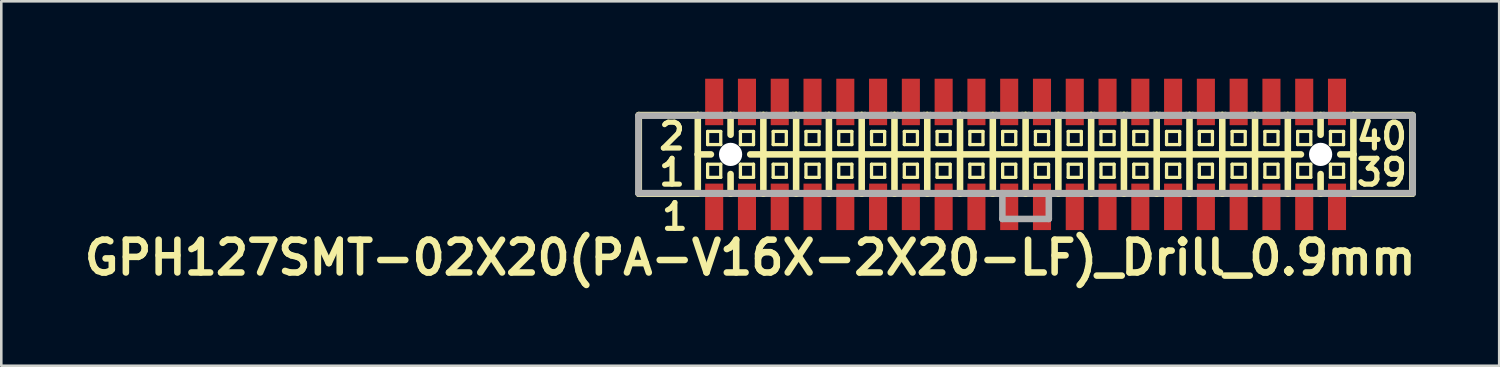
<source format=kicad_pcb>
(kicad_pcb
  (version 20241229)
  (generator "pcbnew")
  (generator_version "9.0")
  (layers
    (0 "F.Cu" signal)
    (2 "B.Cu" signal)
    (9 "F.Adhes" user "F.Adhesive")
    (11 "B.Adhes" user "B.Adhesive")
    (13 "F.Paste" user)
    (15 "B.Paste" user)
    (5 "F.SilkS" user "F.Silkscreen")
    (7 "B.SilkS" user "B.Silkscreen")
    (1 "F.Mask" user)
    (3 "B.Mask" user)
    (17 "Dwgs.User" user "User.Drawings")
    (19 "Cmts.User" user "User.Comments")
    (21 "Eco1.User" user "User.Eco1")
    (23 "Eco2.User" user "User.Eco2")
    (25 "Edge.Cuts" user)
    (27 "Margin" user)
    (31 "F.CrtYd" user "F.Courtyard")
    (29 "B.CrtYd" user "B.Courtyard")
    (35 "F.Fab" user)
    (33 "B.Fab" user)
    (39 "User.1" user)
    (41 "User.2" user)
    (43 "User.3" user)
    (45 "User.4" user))
  (footprint "GPH127SMT-02X20(PA-V16X-2X20-LF)_Drill_0.9mm"
    (layer "F.Cu")
    (at 36.685 2.932)
    (property "Reference" "GPH127SMT-02X20(PA-V16X-2X20-LF)_Drill_0.9mm" (at -10.668 4 0) (layer "F.SilkS") (effects (font (size 1.27 1.27) (thickness 0.254))))
    (attr smd)
    (fp_line (start -14.986 -1.524) (end -14.986 1.524) (stroke (width 0.254) (type solid)) (layer "F.SilkS"))
    (fp_line (start -14.986 1.524) (end -12.7 1.524) (stroke (width 0.254) (type solid)) (layer "F.SilkS"))
    (fp_line (start -12.7 -1.524) (end -14.986 -1.524) (stroke (width 0.254) (type solid)) (layer "F.SilkS"))
    (fp_line (start -12.7 -1.524) (end -12.7 0) (stroke (width 0.254) (type solid)) (layer "F.SilkS"))
    (fp_line (start -12.7 0) (end -12.7 1.524) (stroke (width 0.254) (type solid)) (layer "F.SilkS"))
    (fp_line (start -12.7 0) (end -12.192 0) (stroke (width 0.254) (type solid)) (layer "F.SilkS"))
    (fp_line (start -12.7 1.524) (end -12.573 1.524) (stroke (width 0.254) (type solid)) (layer "F.SilkS"))
    (fp_line (start -12.573 -1.524) (end -12.7 -1.524) (stroke (width 0.254) (type solid)) (layer "F.SilkS"))
    (fp_line (start -12.319 -0.889) (end -11.811 -0.889) (stroke (width 0.127) (type solid)) (layer "F.SilkS"))
    (fp_line (start -12.319 -0.381) (end -12.319 -0.889) (stroke (width 0.127) (type solid)) (layer "F.SilkS"))
    (fp_line (start -12.319 -0.381) (end -11.811 -0.381) (stroke (width 0.127) (type solid)) (layer "F.SilkS"))
    (fp_line (start -12.319 0.381) (end -11.811 0.381) (stroke (width 0.127) (type solid)) (layer "F.SilkS"))
    (fp_line (start -12.319 0.889) (end -12.319 0.381) (stroke (width 0.127) (type solid)) (layer "F.SilkS"))
    (fp_line (start -12.319 0.889) (end -11.811 0.889) (stroke (width 0.127) (type solid)) (layer "F.SilkS"))
    (fp_line (start -11.811 -0.381) (end -11.811 -0.889) (stroke (width 0.127) (type solid)) (layer "F.SilkS"))
    (fp_line (start -11.811 0.889) (end -11.811 0.381) (stroke (width 0.127) (type solid)) (layer "F.SilkS"))
    (fp_line (start -11.557 -1.524) (end -11.43 -1.524) (stroke (width 0.254) (type solid)) (layer "F.SilkS"))
    (fp_line (start -11.557 1.524) (end -11.43 1.524) (stroke (width 0.254) (type solid)) (layer "F.SilkS"))
    (fp_line (start -11.43 -1.524) (end -11.303 -1.524) (stroke (width 0.254) (type solid)) (layer "F.SilkS"))
    (fp_line (start -11.43 -0.762) (end -11.43 -1.524) (stroke (width 0.254) (type solid)) (layer "F.SilkS"))
    (fp_line (start -11.43 1.524) (end -11.43 0.762) (stroke (width 0.254) (type solid)) (layer "F.SilkS"))
    (fp_line (start -11.43 1.524) (end -11.303 1.524) (stroke (width 0.254) (type solid)) (layer "F.SilkS"))
    (fp_line (start -11.049 -0.889) (end -10.541 -0.889) (stroke (width 0.127) (type solid)) (layer "F.SilkS"))
    (fp_line (start -11.049 -0.381) (end -11.049 -0.889) (stroke (width 0.127) (type solid)) (layer "F.SilkS"))
    (fp_line (start -11.049 -0.381) (end -10.541 -0.381) (stroke (width 0.127) (type solid)) (layer "F.SilkS"))
    (fp_line (start -11.049 0.381) (end -10.541 0.381) (stroke (width 0.127) (type solid)) (layer "F.SilkS"))
    (fp_line (start -11.049 0.889) (end -11.049 0.381) (stroke (width 0.127) (type solid)) (layer "F.SilkS"))
    (fp_line (start -11.049 0.889) (end -10.541 0.889) (stroke (width 0.127) (type solid)) (layer "F.SilkS"))
    (fp_line (start -10.668 0) (end -10.16 0) (stroke (width 0.254) (type solid)) (layer "F.SilkS"))
    (fp_line (start -10.541 -0.381) (end -10.541 -0.889) (stroke (width 0.127) (type solid)) (layer "F.SilkS"))
    (fp_line (start -10.541 0.889) (end -10.541 0.381) (stroke (width 0.127) (type solid)) (layer "F.SilkS"))
    (fp_line (start -10.287 -1.524) (end -10.16 -1.524) (stroke (width 0.254) (type solid)) (layer "F.SilkS"))
    (fp_line (start -10.287 1.524) (end -10.16 1.524) (stroke (width 0.254) (type solid)) (layer "F.SilkS"))
    (fp_line (start -10.16 -1.524) (end -10.033 -1.524) (stroke (width 0.254) (type solid)) (layer "F.SilkS"))
    (fp_line (start -10.16 0) (end -10.16 -1.524) (stroke (width 0.254) (type solid)) (layer "F.SilkS"))
    (fp_line (start -10.16 0) (end -8.89 0) (stroke (width 0.254) (type solid)) (layer "F.SilkS"))
    (fp_line (start -10.16 1.524) (end -10.16 0) (stroke (width 0.254) (type solid)) (layer "F.SilkS"))
    (fp_line (start -10.16 1.524) (end -10.033 1.524) (stroke (width 0.254) (type solid)) (layer "F.SilkS"))
    (fp_line (start -9.779 -0.889) (end -9.271 -0.889) (stroke (width 0.127) (type solid)) (layer "F.SilkS"))
    (fp_line (start -9.779 -0.381) (end -9.779 -0.889) (stroke (width 0.127) (type solid)) (layer "F.SilkS"))
    (fp_line (start -9.779 -0.381) (end -9.271 -0.381) (stroke (width 0.127) (type solid)) (layer "F.SilkS"))
    (fp_line (start -9.779 0.381) (end -9.271 0.381) (stroke (width 0.127) (type solid)) (layer "F.SilkS"))
    (fp_line (start -9.779 0.889) (end -9.779 0.381) (stroke (width 0.127) (type solid)) (layer "F.SilkS"))
    (fp_line (start -9.779 0.889) (end -9.271 0.889) (stroke (width 0.127) (type solid)) (layer "F.SilkS"))
    (fp_line (start -9.271 -0.381) (end -9.271 -0.889) (stroke (width 0.127) (type solid)) (layer "F.SilkS"))
    (fp_line (start -9.271 0.889) (end -9.271 0.381) (stroke (width 0.127) (type solid)) (layer "F.SilkS"))
    (fp_line (start -9.017 -1.524) (end -8.89 -1.524) (stroke (width 0.254) (type solid)) (layer "F.SilkS"))
    (fp_line (start -9.017 1.524) (end -8.89 1.524) (stroke (width 0.254) (type solid)) (layer "F.SilkS"))
    (fp_line (start -8.89 -1.524) (end -8.763 -1.524) (stroke (width 0.254) (type solid)) (layer "F.SilkS"))
    (fp_line (start -8.89 0) (end -8.89 -1.524) (stroke (width 0.254) (type solid)) (layer "F.SilkS"))
    (fp_line (start -8.89 0) (end -7.62 0) (stroke (width 0.254) (type solid)) (layer "F.SilkS"))
    (fp_line (start -8.89 1.524) (end -8.89 0) (stroke (width 0.254) (type solid)) (layer "F.SilkS"))
    (fp_line (start -8.89 1.524) (end -8.763 1.524) (stroke (width 0.254) (type solid)) (layer "F.SilkS"))
    (fp_line (start -8.509 -0.889) (end -8.001 -0.889) (stroke (width 0.127) (type solid)) (layer "F.SilkS"))
    (fp_line (start -8.509 -0.381) (end -8.509 -0.889) (stroke (width 0.127) (type solid)) (layer "F.SilkS"))
    (fp_line (start -8.509 -0.381) (end -8.001 -0.381) (stroke (width 0.127) (type solid)) (layer "F.SilkS"))
    (fp_line (start -8.509 0.381) (end -8.001 0.381) (stroke (width 0.127) (type solid)) (layer "F.SilkS"))
    (fp_line (start -8.509 0.889) (end -8.509 0.381) (stroke (width 0.127) (type solid)) (layer "F.SilkS"))
    (fp_line (start -8.509 0.889) (end -8.001 0.889) (stroke (width 0.127) (type solid)) (layer "F.SilkS"))
    (fp_line (start -8.001 -0.381) (end -8.001 -0.889) (stroke (width 0.127) (type solid)) (layer "F.SilkS"))
    (fp_line (start -8.001 0.889) (end -8.001 0.381) (stroke (width 0.127) (type solid)) (layer "F.SilkS"))
    (fp_line (start -7.747 -1.524) (end -7.62 -1.524) (stroke (width 0.254) (type solid)) (layer "F.SilkS"))
    (fp_line (start -7.747 1.524) (end -7.62 1.524) (stroke (width 0.254) (type solid)) (layer "F.SilkS"))
    (fp_line (start -7.62 -1.524) (end -7.493 -1.524) (stroke (width 0.254) (type solid)) (layer "F.SilkS"))
    (fp_line (start -7.62 0) (end -7.62 -1.524) (stroke (width 0.254) (type solid)) (layer "F.SilkS"))
    (fp_line (start -7.62 0) (end -6.35 0) (stroke (width 0.254) (type solid)) (layer "F.SilkS"))
    (fp_line (start -7.62 1.524) (end -7.62 0) (stroke (width 0.254) (type solid)) (layer "F.SilkS"))
    (fp_line (start -7.62 1.524) (end -7.493 1.524) (stroke (width 0.254) (type solid)) (layer "F.SilkS"))
    (fp_line (start -7.239 -0.889) (end -6.731 -0.889) (stroke (width 0.127) (type solid)) (layer "F.SilkS"))
    (fp_line (start -7.239 -0.381) (end -7.239 -0.889) (stroke (width 0.127) (type solid)) (layer "F.SilkS"))
    (fp_line (start -7.239 -0.381) (end -6.731 -0.381) (stroke (width 0.127) (type solid)) (layer "F.SilkS"))
    (fp_line (start -7.239 0.381) (end -6.731 0.381) (stroke (width 0.127) (type solid)) (layer "F.SilkS"))
    (fp_line (start -7.239 0.889) (end -7.239 0.381) (stroke (width 0.127) (type solid)) (layer "F.SilkS"))
    (fp_line (start -7.239 0.889) (end -6.731 0.889) (stroke (width 0.127) (type solid)) (layer "F.SilkS"))
    (fp_line (start -6.731 -0.381) (end -6.731 -0.889) (stroke (width 0.127) (type solid)) (layer "F.SilkS"))
    (fp_line (start -6.731 0.889) (end -6.731 0.381) (stroke (width 0.127) (type solid)) (layer "F.SilkS"))
    (fp_line (start -6.477 -1.524) (end -6.35 -1.524) (stroke (width 0.254) (type solid)) (layer "F.SilkS"))
    (fp_line (start -6.477 1.524) (end -6.35 1.524) (stroke (width 0.254) (type solid)) (layer "F.SilkS"))
    (fp_line (start -6.35 -1.524) (end -6.223 -1.524) (stroke (width 0.254) (type solid)) (layer "F.SilkS"))
    (fp_line (start -6.35 0) (end -6.35 -1.524) (stroke (width 0.254) (type solid)) (layer "F.SilkS"))
    (fp_line (start -6.35 0) (end -5.08 0) (stroke (width 0.254) (type solid)) (layer "F.SilkS"))
    (fp_line (start -6.35 1.524) (end -6.35 0) (stroke (width 0.254) (type solid)) (layer "F.SilkS"))
    (fp_line (start -6.35 1.524) (end -6.223 1.524) (stroke (width 0.254) (type solid)) (layer "F.SilkS"))
    (fp_line (start -5.969 -0.889) (end -5.461 -0.889) (stroke (width 0.127) (type solid)) (layer "F.SilkS"))
    (fp_line (start -5.969 -0.381) (end -5.969 -0.889) (stroke (width 0.127) (type solid)) (layer "F.SilkS"))
    (fp_line (start -5.969 -0.381) (end -5.461 -0.381) (stroke (width 0.127) (type solid)) (layer "F.SilkS"))
    (fp_line (start -5.969 0.381) (end -5.461 0.381) (stroke (width 0.127) (type solid)) (layer "F.SilkS"))
    (fp_line (start -5.969 0.889) (end -5.969 0.381) (stroke (width 0.127) (type solid)) (layer "F.SilkS"))
    (fp_line (start -5.969 0.889) (end -5.461 0.889) (stroke (width 0.127) (type solid)) (layer "F.SilkS"))
    (fp_line (start -5.461 -0.381) (end -5.461 -0.889) (stroke (width 0.127) (type solid)) (layer "F.SilkS"))
    (fp_line (start -5.461 0.889) (end -5.461 0.381) (stroke (width 0.127) (type solid)) (layer "F.SilkS"))
    (fp_line (start -5.207 -1.524) (end -5.08 -1.524) (stroke (width 0.254) (type solid)) (layer "F.SilkS"))
    (fp_line (start -5.207 1.524) (end -5.08 1.524) (stroke (width 0.254) (type solid)) (layer "F.SilkS"))
    (fp_line (start -5.08 -1.524) (end -4.953 -1.524) (stroke (width 0.254) (type solid)) (layer "F.SilkS"))
    (fp_line (start -5.08 0) (end -5.08 -1.524) (stroke (width 0.254) (type solid)) (layer "F.SilkS"))
    (fp_line (start -5.08 0) (end -3.81 0) (stroke (width 0.254) (type solid)) (layer "F.SilkS"))
    (fp_line (start -5.08 1.524) (end -5.08 0) (stroke (width 0.254) (type solid)) (layer "F.SilkS"))
    (fp_line (start -5.08 1.524) (end -4.953 1.524) (stroke (width 0.254) (type solid)) (layer "F.SilkS"))
    (fp_line (start -4.699 -0.889) (end -4.191 -0.889) (stroke (width 0.127) (type solid)) (layer "F.SilkS"))
    (fp_line (start -4.699 -0.381) (end -4.699 -0.889) (stroke (width 0.127) (type solid)) (layer "F.SilkS"))
    (fp_line (start -4.699 -0.381) (end -4.191 -0.381) (stroke (width 0.127) (type solid)) (layer "F.SilkS"))
    (fp_line (start -4.699 0.381) (end -4.191 0.381) (stroke (width 0.127) (type solid)) (layer "F.SilkS"))
    (fp_line (start -4.699 0.889) (end -4.699 0.381) (stroke (width 0.127) (type solid)) (layer "F.SilkS"))
    (fp_line (start -4.699 0.889) (end -4.191 0.889) (stroke (width 0.127) (type solid)) (layer "F.SilkS"))
    (fp_line (start -4.191 -0.381) (end -4.191 -0.889) (stroke (width 0.127) (type solid)) (layer "F.SilkS"))
    (fp_line (start -4.191 0.889) (end -4.191 0.381) (stroke (width 0.127) (type solid)) (layer "F.SilkS"))
    (fp_line (start -3.937 -1.524) (end -3.81 -1.524) (stroke (width 0.254) (type solid)) (layer "F.SilkS"))
    (fp_line (start -3.937 1.524) (end -3.81 1.524) (stroke (width 0.254) (type solid)) (layer "F.SilkS"))
    (fp_line (start -3.81 -1.524) (end -3.683 -1.524) (stroke (width 0.254) (type solid)) (layer "F.SilkS"))
    (fp_line (start -3.81 0) (end -3.81 -1.524) (stroke (width 0.254) (type solid)) (layer "F.SilkS"))
    (fp_line (start -3.81 0) (end -2.54 0) (stroke (width 0.254) (type solid)) (layer "F.SilkS"))
    (fp_line (start -3.81 1.524) (end -3.81 0) (stroke (width 0.254) (type solid)) (layer "F.SilkS"))
    (fp_line (start -3.81 1.524) (end -3.683 1.524) (stroke (width 0.254) (type solid)) (layer "F.SilkS"))
    (fp_line (start -3.429 -0.889) (end -2.921 -0.889) (stroke (width 0.127) (type solid)) (layer "F.SilkS"))
    (fp_line (start -3.429 -0.381) (end -3.429 -0.889) (stroke (width 0.127) (type solid)) (layer "F.SilkS"))
    (fp_line (start -3.429 -0.381) (end -2.921 -0.381) (stroke (width 0.127) (type solid)) (layer "F.SilkS"))
    (fp_line (start -3.429 0.381) (end -2.921 0.381) (stroke (width 0.127) (type solid)) (layer "F.SilkS"))
    (fp_line (start -3.429 0.889) (end -3.429 0.381) (stroke (width 0.127) (type solid)) (layer "F.SilkS"))
    (fp_line (start -3.429 0.889) (end -2.921 0.889) (stroke (width 0.127) (type solid)) (layer "F.SilkS"))
    (fp_line (start -2.921 -0.381) (end -2.921 -0.889) (stroke (width 0.127) (type solid)) (layer "F.SilkS"))
    (fp_line (start -2.921 0.889) (end -2.921 0.381) (stroke (width 0.127) (type solid)) (layer "F.SilkS"))
    (fp_line (start -2.667 -1.524) (end -2.54 -1.524) (stroke (width 0.254) (type solid)) (layer "F.SilkS"))
    (fp_line (start -2.667 1.524) (end -2.54 1.524) (stroke (width 0.254) (type solid)) (layer "F.SilkS"))
    (fp_line (start -2.54 -1.524) (end -2.413 -1.524) (stroke (width 0.254) (type solid)) (layer "F.SilkS"))
    (fp_line (start -2.54 0) (end -2.54 -1.524) (stroke (width 0.254) (type solid)) (layer "F.SilkS"))
    (fp_line (start -2.54 0) (end -1.27 0) (stroke (width 0.254) (type solid)) (layer "F.SilkS"))
    (fp_line (start -2.54 1.524) (end -2.54 0) (stroke (width 0.254) (type solid)) (layer "F.SilkS"))
    (fp_line (start -2.54 1.524) (end -2.413 1.524) (stroke (width 0.254) (type solid)) (layer "F.SilkS"))
    (fp_line (start -2.159 -0.889) (end -1.651 -0.889) (stroke (width 0.127) (type solid)) (layer "F.SilkS"))
    (fp_line (start -2.159 -0.381) (end -2.159 -0.889) (stroke (width 0.127) (type solid)) (layer "F.SilkS"))
    (fp_line (start -2.159 -0.381) (end -1.651 -0.381) (stroke (width 0.127) (type solid)) (layer "F.SilkS"))
    (fp_line (start -2.159 0.381) (end -1.651 0.381) (stroke (width 0.127) (type solid)) (layer "F.SilkS"))
    (fp_line (start -2.159 0.889) (end -2.159 0.381) (stroke (width 0.127) (type solid)) (layer "F.SilkS"))
    (fp_line (start -2.159 0.889) (end -1.651 0.889) (stroke (width 0.127) (type solid)) (layer "F.SilkS"))
    (fp_line (start -1.651 -0.381) (end -1.651 -0.889) (stroke (width 0.127) (type solid)) (layer "F.SilkS"))
    (fp_line (start -1.651 0.889) (end -1.651 0.381) (stroke (width 0.127) (type solid)) (layer "F.SilkS"))
    (fp_line (start -1.397 -1.524) (end -1.143 -1.524) (stroke (width 0.254) (type solid)) (layer "F.SilkS"))
    (fp_line (start -1.397 1.524) (end -1.27 1.524) (stroke (width 0.254) (type solid)) (layer "F.SilkS"))
    (fp_line (start -1.27 0) (end -1.27 -1.524) (stroke (width 0.254) (type solid)) (layer "F.SilkS"))
    (fp_line (start -1.27 0) (end 0 0) (stroke (width 0.254) (type solid)) (layer "F.SilkS"))
    (fp_line (start -1.27 1.524) (end -1.27 0) (stroke (width 0.254) (type solid)) (layer "F.SilkS"))
    (fp_line (start -1.27 1.524) (end -1.143 1.524) (stroke (width 0.254) (type solid)) (layer "F.SilkS"))
    (fp_line (start -0.889 -0.889) (end -0.381 -0.889) (stroke (width 0.127) (type solid)) (layer "F.SilkS"))
    (fp_line (start -0.889 -0.381) (end -0.889 -0.889) (stroke (width 0.127) (type solid)) (layer "F.SilkS"))
    (fp_line (start -0.889 -0.381) (end -0.381 -0.381) (stroke (width 0.127) (type solid)) (layer "F.SilkS"))
    (fp_line (start -0.889 0.381) (end -0.381 0.381) (stroke (width 0.127) (type solid)) (layer "F.SilkS"))
    (fp_line (start -0.889 0.889) (end -0.889 0.381) (stroke (width 0.127) (type solid)) (layer "F.SilkS"))
    (fp_line (start -0.889 0.889) (end -0.381 0.889) (stroke (width 0.127) (type solid)) (layer "F.SilkS"))
    (fp_line (start -0.381 -0.381) (end -0.381 -0.889) (stroke (width 0.127) (type solid)) (layer "F.SilkS"))
    (fp_line (start -0.381 0.889) (end -0.381 0.381) (stroke (width 0.127) (type solid)) (layer "F.SilkS"))
    (fp_line (start -0.127 -1.524) (end 0 -1.524) (stroke (width 0.254) (type solid)) (layer "F.SilkS"))
    (fp_line (start 0 -1.524) (end 0 0) (stroke (width 0.254) (type solid)) (layer "F.SilkS"))
    (fp_line (start 0 0) (end 0 1.524) (stroke (width 0.254) (type solid)) (layer "F.SilkS"))
    (fp_line (start 0 0) (end 1.27 0) (stroke (width 0.254) (type solid)) (layer "F.SilkS"))
    (fp_line (start 0 1.524) (end -0.127 1.524) (stroke (width 0.254) (type solid)) (layer "F.SilkS"))
    (fp_line (start 0 1.524) (end 0.127 1.524) (stroke (width 0.254) (type solid)) (layer "F.SilkS"))
    (fp_line (start 0.127 -1.524) (end 0 -1.524) (stroke (width 0.254) (type solid)) (layer "F.SilkS"))
    (fp_line (start 0.381 -0.889) (end 0.889 -0.889) (stroke (width 0.127) (type solid)) (layer "F.SilkS"))
    (fp_line (start 0.381 -0.381) (end 0.381 -0.889) (stroke (width 0.127) (type solid)) (layer "F.SilkS"))
    (fp_line (start 0.381 -0.381) (end 0.889 -0.381) (stroke (width 0.127) (type solid)) (layer "F.SilkS"))
    (fp_line (start 0.381 0.381) (end 0.889 0.381) (stroke (width 0.127) (type solid)) (layer "F.SilkS"))
    (fp_line (start 0.381 0.889) (end 0.381 0.381) (stroke (width 0.127) (type solid)) (layer "F.SilkS"))
    (fp_line (start 0.381 0.889) (end 0.889 0.889) (stroke (width 0.127) (type solid)) (layer "F.SilkS"))
    (fp_line (start 0.889 -0.381) (end 0.889 -0.889) (stroke (width 0.127) (type solid)) (layer "F.SilkS"))
    (fp_line (start 0.889 0.889) (end 0.889 0.381) (stroke (width 0.127) (type solid)) (layer "F.SilkS"))
    (fp_line (start 1.143 -1.524) (end 1.27 -1.524) (stroke (width 0.254) (type solid)) (layer "F.SilkS"))
    (fp_line (start 1.143 1.524) (end 1.27 1.524) (stroke (width 0.254) (type solid)) (layer "F.SilkS"))
    (fp_line (start 1.27 -1.524) (end 1.397 -1.524) (stroke (width 0.254) (type solid)) (layer "F.SilkS"))
    (fp_line (start 1.27 0) (end 1.27 -1.524) (stroke (width 0.254) (type solid)) (layer "F.SilkS"))
    (fp_line (start 1.27 0) (end 2.54 0) (stroke (width 0.254) (type solid)) (layer "F.SilkS"))
    (fp_line (start 1.27 1.524) (end 1.27 0) (stroke (width 0.254) (type solid)) (layer "F.SilkS"))
    (fp_line (start 1.27 1.524) (end 1.397 1.524) (stroke (width 0.254) (type solid)) (layer "F.SilkS"))
    (fp_line (start 1.651 -0.889) (end 2.159 -0.889) (stroke (width 0.127) (type solid)) (layer "F.SilkS"))
    (fp_line (start 1.651 -0.381) (end 1.651 -0.889) (stroke (width 0.127) (type solid)) (layer "F.SilkS"))
    (fp_line (start 1.651 -0.381) (end 2.159 -0.381) (stroke (width 0.127) (type solid)) (layer "F.SilkS"))
    (fp_line (start 1.651 0.381) (end 2.159 0.381) (stroke (width 0.127) (type solid)) (layer "F.SilkS"))
    (fp_line (start 1.651 0.889) (end 1.651 0.381) (stroke (width 0.127) (type solid)) (layer "F.SilkS"))
    (fp_line (start 1.651 0.889) (end 2.159 0.889) (stroke (width 0.127) (type solid)) (layer "F.SilkS"))
    (fp_line (start 2.159 -0.381) (end 2.159 -0.889) (stroke (width 0.127) (type solid)) (layer "F.SilkS"))
    (fp_line (start 2.159 0.889) (end 2.159 0.381) (stroke (width 0.127) (type solid)) (layer "F.SilkS"))
    (fp_line (start 2.413 -1.524) (end 2.54 -1.524) (stroke (width 0.254) (type solid)) (layer "F.SilkS"))
    (fp_line (start 2.413 1.524) (end 2.54 1.524) (stroke (width 0.254) (type solid)) (layer "F.SilkS"))
    (fp_line (start 2.54 -1.524) (end 2.667 -1.524) (stroke (width 0.254) (type solid)) (layer "F.SilkS"))
    (fp_line (start 2.54 0) (end 2.54 -1.524) (stroke (width 0.254) (type solid)) (layer "F.SilkS"))
    (fp_line (start 2.54 0) (end 3.81 0) (stroke (width 0.254) (type solid)) (layer "F.SilkS"))
    (fp_line (start 2.54 1.524) (end 2.54 0) (stroke (width 0.254) (type solid)) (layer "F.SilkS"))
    (fp_line (start 2.54 1.524) (end 2.667 1.524) (stroke (width 0.254) (type solid)) (layer "F.SilkS"))
    (fp_line (start 2.921 -0.889) (end 3.429 -0.889) (stroke (width 0.127) (type solid)) (layer "F.SilkS"))
    (fp_line (start 2.921 -0.381) (end 2.921 -0.889) (stroke (width 0.127) (type solid)) (layer "F.SilkS"))
    (fp_line (start 2.921 -0.381) (end 3.429 -0.381) (stroke (width 0.127) (type solid)) (layer "F.SilkS"))
    (fp_line (start 2.921 0.381) (end 3.429 0.381) (stroke (width 0.127) (type solid)) (layer "F.SilkS"))
    (fp_line (start 2.921 0.889) (end 2.921 0.381) (stroke (width 0.127) (type solid)) (layer "F.SilkS"))
    (fp_line (start 2.921 0.889) (end 3.429 0.889) (stroke (width 0.127) (type solid)) (layer "F.SilkS"))
    (fp_line (start 3.429 -0.381) (end 3.429 -0.889) (stroke (width 0.127) (type solid)) (layer "F.SilkS"))
    (fp_line (start 3.429 0.889) (end 3.429 0.381) (stroke (width 0.127) (type solid)) (layer "F.SilkS"))
    (fp_line (start 3.683 -1.524) (end 3.81 -1.524) (stroke (width 0.254) (type solid)) (layer "F.SilkS"))
    (fp_line (start 3.683 1.524) (end 3.81 1.524) (stroke (width 0.254) (type solid)) (layer "F.SilkS"))
    (fp_line (start 3.81 -1.524) (end 3.937 -1.524) (stroke (width 0.254) (type solid)) (layer "F.SilkS"))
    (fp_line (start 3.81 0) (end 3.81 -1.524) (stroke (width 0.254) (type solid)) (layer "F.SilkS"))
    (fp_line (start 3.81 0) (end 5.08 0) (stroke (width 0.254) (type solid)) (layer "F.SilkS"))
    (fp_line (start 3.81 1.524) (end 3.81 0) (stroke (width 0.254) (type solid)) (layer "F.SilkS"))
    (fp_line (start 3.81 1.524) (end 3.937 1.524) (stroke (width 0.254) (type solid)) (layer "F.SilkS"))
    (fp_line (start 4.191 -0.889) (end 4.699 -0.889) (stroke (width 0.127) (type solid)) (layer "F.SilkS"))
    (fp_line (start 4.191 -0.381) (end 4.191 -0.889) (stroke (width 0.127) (type solid)) (layer "F.SilkS"))
    (fp_line (start 4.191 -0.381) (end 4.699 -0.381) (stroke (width 0.127) (type solid)) (layer "F.SilkS"))
    (fp_line (start 4.191 0.381) (end 4.699 0.381) (stroke (width 0.127) (type solid)) (layer "F.SilkS"))
    (fp_line (start 4.191 0.889) (end 4.191 0.381) (stroke (width 0.127) (type solid)) (layer "F.SilkS"))
    (fp_line (start 4.191 0.889) (end 4.699 0.889) (stroke (width 0.127) (type solid)) (layer "F.SilkS"))
    (fp_line (start 4.699 -0.381) (end 4.699 -0.889) (stroke (width 0.127) (type solid)) (layer "F.SilkS"))
    (fp_line (start 4.699 0.889) (end 4.699 0.381) (stroke (width 0.127) (type solid)) (layer "F.SilkS"))
    (fp_line (start 4.953 -1.524) (end 5.08 -1.524) (stroke (width 0.254) (type solid)) (layer "F.SilkS"))
    (fp_line (start 4.953 1.524) (end 5.08 1.524) (stroke (width 0.254) (type solid)) (layer "F.SilkS"))
    (fp_line (start 5.08 -1.524) (end 5.207 -1.524) (stroke (width 0.254) (type solid)) (layer "F.SilkS"))
    (fp_line (start 5.08 0) (end 5.08 -1.524) (stroke (width 0.254) (type solid)) (layer "F.SilkS"))
    (fp_line (start 5.08 0) (end 6.35 0) (stroke (width 0.254) (type solid)) (layer "F.SilkS"))
    (fp_line (start 5.08 1.524) (end 5.08 0) (stroke (width 0.254) (type solid)) (layer "F.SilkS"))
    (fp_line (start 5.08 1.524) (end 5.207 1.524) (stroke (width 0.254) (type solid)) (layer "F.SilkS"))
    (fp_line (start 5.461 -0.889) (end 5.969 -0.889) (stroke (width 0.127) (type solid)) (layer "F.SilkS"))
    (fp_line (start 5.461 -0.381) (end 5.461 -0.889) (stroke (width 0.127) (type solid)) (layer "F.SilkS"))
    (fp_line (start 5.461 -0.381) (end 5.969 -0.381) (stroke (width 0.127) (type solid)) (layer "F.SilkS"))
    (fp_line (start 5.461 0.381) (end 5.969 0.381) (stroke (width 0.127) (type solid)) (layer "F.SilkS"))
    (fp_line (start 5.461 0.889) (end 5.461 0.381) (stroke (width 0.127) (type solid)) (layer "F.SilkS"))
    (fp_line (start 5.461 0.889) (end 5.969 0.889) (stroke (width 0.127) (type solid)) (layer "F.SilkS"))
    (fp_line (start 5.969 -0.381) (end 5.969 -0.889) (stroke (width 0.127) (type solid)) (layer "F.SilkS"))
    (fp_line (start 5.969 0.889) (end 5.969 0.381) (stroke (width 0.127) (type solid)) (layer "F.SilkS"))
    (fp_line (start 6.223 -1.524) (end 6.35 -1.524) (stroke (width 0.254) (type solid)) (layer "F.SilkS"))
    (fp_line (start 6.223 1.524) (end 6.35 1.524) (stroke (width 0.254) (type solid)) (layer "F.SilkS"))
    (fp_line (start 6.35 -1.524) (end 6.477 -1.524) (stroke (width 0.254) (type solid)) (layer "F.SilkS"))
    (fp_line (start 6.35 0) (end 6.35 -1.524) (stroke (width 0.254) (type solid)) (layer "F.SilkS"))
    (fp_line (start 6.35 0) (end 7.62 0) (stroke (width 0.254) (type solid)) (layer "F.SilkS"))
    (fp_line (start 6.35 1.524) (end 6.35 0) (stroke (width 0.254) (type solid)) (layer "F.SilkS"))
    (fp_line (start 6.35 1.524) (end 6.477 1.524) (stroke (width 0.254) (type solid)) (layer "F.SilkS"))
    (fp_line (start 6.731 -0.889) (end 7.239 -0.889) (stroke (width 0.127) (type solid)) (layer "F.SilkS"))
    (fp_line (start 6.731 -0.381) (end 6.731 -0.889) (stroke (width 0.127) (type solid)) (layer "F.SilkS"))
    (fp_line (start 6.731 -0.381) (end 7.239 -0.381) (stroke (width 0.127) (type solid)) (layer "F.SilkS"))
    (fp_line (start 6.731 0.381) (end 7.239 0.381) (stroke (width 0.127) (type solid)) (layer "F.SilkS"))
    (fp_line (start 6.731 0.889) (end 6.731 0.381) (stroke (width 0.127) (type solid)) (layer "F.SilkS"))
    (fp_line (start 6.731 0.889) (end 7.239 0.889) (stroke (width 0.127) (type solid)) (layer "F.SilkS"))
    (fp_line (start 7.239 -0.381) (end 7.239 -0.889) (stroke (width 0.127) (type solid)) (layer "F.SilkS"))
    (fp_line (start 7.239 0.889) (end 7.239 0.381) (stroke (width 0.127) (type solid)) (layer "F.SilkS"))
    (fp_line (start 7.493 -1.524) (end 7.62 -1.524) (stroke (width 0.254) (type solid)) (layer "F.SilkS"))
    (fp_line (start 7.493 1.524) (end 7.62 1.524) (stroke (width 0.254) (type solid)) (layer "F.SilkS"))
    (fp_line (start 7.62 -1.524) (end 7.747 -1.524) (stroke (width 0.254) (type solid)) (layer "F.SilkS"))
    (fp_line (start 7.62 0) (end 7.62 -1.524) (stroke (width 0.254) (type solid)) (layer "F.SilkS"))
    (fp_line (start 7.62 0) (end 8.89 0) (stroke (width 0.254) (type solid)) (layer "F.SilkS"))
    (fp_line (start 7.62 1.524) (end 7.62 0) (stroke (width 0.254) (type solid)) (layer "F.SilkS"))
    (fp_line (start 7.62 1.524) (end 7.747 1.524) (stroke (width 0.254) (type solid)) (layer "F.SilkS"))
    (fp_line (start 8.001 -0.889) (end 8.509 -0.889) (stroke (width 0.127) (type solid)) (layer "F.SilkS"))
    (fp_line (start 8.001 -0.381) (end 8.001 -0.889) (stroke (width 0.127) (type solid)) (layer "F.SilkS"))
    (fp_line (start 8.001 -0.381) (end 8.509 -0.381) (stroke (width 0.127) (type solid)) (layer "F.SilkS"))
    (fp_line (start 8.001 0.381) (end 8.509 0.381) (stroke (width 0.127) (type solid)) (layer "F.SilkS"))
    (fp_line (start 8.001 0.889) (end 8.001 0.381) (stroke (width 0.127) (type solid)) (layer "F.SilkS"))
    (fp_line (start 8.001 0.889) (end 8.509 0.889) (stroke (width 0.127) (type solid)) (layer "F.SilkS"))
    (fp_line (start 8.509 -0.381) (end 8.509 -0.889) (stroke (width 0.127) (type solid)) (layer "F.SilkS"))
    (fp_line (start 8.509 0.889) (end 8.509 0.381) (stroke (width 0.127) (type solid)) (layer "F.SilkS"))
    (fp_line (start 8.763 -1.524) (end 8.89 -1.524) (stroke (width 0.254) (type solid)) (layer "F.SilkS"))
    (fp_line (start 8.763 1.524) (end 8.89 1.524) (stroke (width 0.254) (type solid)) (layer "F.SilkS"))
    (fp_line (start 8.89 -1.524) (end 9.017 -1.524) (stroke (width 0.254) (type solid)) (layer "F.SilkS"))
    (fp_line (start 8.89 0) (end 8.89 -1.524) (stroke (width 0.254) (type solid)) (layer "F.SilkS"))
    (fp_line (start 8.89 0) (end 10.16 0) (stroke (width 0.254) (type solid)) (layer "F.SilkS"))
    (fp_line (start 8.89 1.524) (end 8.89 0) (stroke (width 0.254) (type solid)) (layer "F.SilkS"))
    (fp_line (start 8.89 1.524) (end 9.017 1.524) (stroke (width 0.254) (type solid)) (layer "F.SilkS"))
    (fp_line (start 9.271 -0.889) (end 9.779 -0.889) (stroke (width 0.127) (type solid)) (layer "F.SilkS"))
    (fp_line (start 9.271 -0.381) (end 9.271 -0.889) (stroke (width 0.127) (type solid)) (layer "F.SilkS"))
    (fp_line (start 9.271 -0.381) (end 9.779 -0.381) (stroke (width 0.127) (type solid)) (layer "F.SilkS"))
    (fp_line (start 9.271 0.381) (end 9.779 0.381) (stroke (width 0.127) (type solid)) (layer "F.SilkS"))
    (fp_line (start 9.271 0.889) (end 9.271 0.381) (stroke (width 0.127) (type solid)) (layer "F.SilkS"))
    (fp_line (start 9.271 0.889) (end 9.779 0.889) (stroke (width 0.127) (type solid)) (layer "F.SilkS"))
    (fp_line (start 9.779 -0.381) (end 9.779 -0.889) (stroke (width 0.127) (type solid)) (layer "F.SilkS"))
    (fp_line (start 9.779 0.889) (end 9.779 0.381) (stroke (width 0.127) (type solid)) (layer "F.SilkS"))
    (fp_line (start 10.033 -1.524) (end 10.16 -1.524) (stroke (width 0.254) (type solid)) (layer "F.SilkS"))
    (fp_line (start 10.033 1.524) (end 10.16 1.524) (stroke (width 0.254) (type solid)) (layer "F.SilkS"))
    (fp_line (start 10.16 -1.524) (end 10.287 -1.524) (stroke (width 0.254) (type solid)) (layer "F.SilkS"))
    (fp_line (start 10.16 0) (end 10.16 -1.524) (stroke (width 0.254) (type solid)) (layer "F.SilkS"))
    (fp_line (start 10.16 0) (end 10.668 0) (stroke (width 0.254) (type solid)) (layer "F.SilkS"))
    (fp_line (start 10.16 1.524) (end 10.16 0) (stroke (width 0.254) (type solid)) (layer "F.SilkS"))
    (fp_line (start 10.16 1.524) (end 10.287 1.524) (stroke (width 0.254) (type solid)) (layer "F.SilkS"))
    (fp_line (start 10.541 -0.889) (end 11.049 -0.889) (stroke (width 0.127) (type solid)) (layer "F.SilkS"))
    (fp_line (start 10.541 -0.381) (end 10.541 -0.889) (stroke (width 0.127) (type solid)) (layer "F.SilkS"))
    (fp_line (start 10.541 -0.381) (end 11.049 -0.381) (stroke (width 0.127) (type solid)) (layer "F.SilkS"))
    (fp_line (start 10.541 0.381) (end 11.049 0.381) (stroke (width 0.127) (type solid)) (layer "F.SilkS"))
    (fp_line (start 10.541 0.889) (end 10.541 0.381) (stroke (width 0.127) (type solid)) (layer "F.SilkS"))
    (fp_line (start 10.541 0.889) (end 11.049 0.889) (stroke (width 0.127) (type solid)) (layer "F.SilkS"))
    (fp_line (start 11.049 -0.381) (end 11.049 -0.889) (stroke (width 0.127) (type solid)) (layer "F.SilkS"))
    (fp_line (start 11.049 0.889) (end 11.049 0.381) (stroke (width 0.127) (type solid)) (layer "F.SilkS"))
    (fp_line (start 11.303 -1.524) (end 11.557 -1.524) (stroke (width 0.254) (type solid)) (layer "F.SilkS"))
    (fp_line (start 11.303 1.524) (end 11.43 1.524) (stroke (width 0.254) (type solid)) (layer "F.SilkS"))
    (fp_line (start 11.43 -0.762) (end 11.43 -1.524) (stroke (width 0.254) (type solid)) (layer "F.SilkS"))
    (fp_line (start 11.43 1.524) (end 11.43 0.762) (stroke (width 0.254) (type solid)) (layer "F.SilkS"))
    (fp_line (start 11.43 1.524) (end 11.557 1.524) (stroke (width 0.254) (type solid)) (layer "F.SilkS"))
    (fp_line (start 11.811 -0.889) (end 12.319 -0.889) (stroke (width 0.127) (type solid)) (layer "F.SilkS"))
    (fp_line (start 11.811 -0.381) (end 11.811 -0.889) (stroke (width 0.127) (type solid)) (layer "F.SilkS"))
    (fp_line (start 11.811 -0.381) (end 12.319 -0.381) (stroke (width 0.127) (type solid)) (layer "F.SilkS"))
    (fp_line (start 11.811 0.381) (end 12.319 0.381) (stroke (width 0.127) (type solid)) (layer "F.SilkS"))
    (fp_line (start 11.811 0.889) (end 11.811 0.381) (stroke (width 0.127) (type solid)) (layer "F.SilkS"))
    (fp_line (start 11.811 0.889) (end 12.319 0.889) (stroke (width 0.127) (type solid)) (layer "F.SilkS"))
    (fp_line (start 12.192 0) (end 12.7 0) (stroke (width 0.254) (type solid)) (layer "F.SilkS"))
    (fp_line (start 12.319 -0.381) (end 12.319 -0.889) (stroke (width 0.127) (type solid)) (layer "F.SilkS"))
    (fp_line (start 12.319 0.889) (end 12.319 0.381) (stroke (width 0.127) (type solid)) (layer "F.SilkS"))
    (fp_line (start 12.573 -1.524) (end 12.7 -1.524) (stroke (width 0.254) (type solid)) (layer "F.SilkS"))
    (fp_line (start 12.7 -1.524) (end 12.7 0) (stroke (width 0.254) (type solid)) (layer "F.SilkS"))
    (fp_line (start 12.7 -1.524) (end 14.986 -1.524) (stroke (width 0.254) (type solid)) (layer "F.SilkS"))
    (fp_line (start 12.7 0) (end 12.7 1.524) (stroke (width 0.254) (type solid)) (layer "F.SilkS"))
    (fp_line (start 12.7 1.524) (end 12.573 1.524) (stroke (width 0.254) (type solid)) (layer "F.SilkS"))
    (fp_line (start 14.986 -1.524) (end 14.986 1.524) (stroke (width 0.254) (type solid)) (layer "F.SilkS"))
    (fp_line (start 14.986 1.524) (end 12.7 1.524) (stroke (width 0.254) (type solid)) (layer "F.SilkS"))
    (fp_line (start -15 -1.5) (end -15 1.5) (stroke (width 0.254) (type solid)) (layer "F.Fab"))
    (fp_line (start -15 1.5) (end 15 1.5) (stroke (width 0.254) (type solid)) (layer "F.Fab"))
    (fp_line (start -12.573 -1.524) (end -11.557 -1.524) (stroke (width 0.254) (type solid)) (layer "F.Fab"))
    (fp_line (start -12.573 1.524) (end -11.557 1.524) (stroke (width 0.254) (type solid)) (layer "F.Fab"))
    (fp_line (start -11.778 0) (end -11.079 0) (stroke (width 0.127) (type solid)) (layer "F.Fab"))
    (fp_line (start -11.43 0.348) (end -11.43 -0.348) (stroke (width 0.127) (type solid)) (layer "F.Fab"))
    (fp_line (start -11.303 -1.524) (end -10.287 -1.524) (stroke (width 0.254) (type solid)) (layer "F.Fab"))
    (fp_line (start -11.303 1.524) (end -10.287 1.524) (stroke (width 0.254) (type solid)) (layer "F.Fab"))
    (fp_line (start -10.033 -1.524) (end -9.017 -1.524) (stroke (width 0.254) (type solid)) (layer "F.Fab"))
    (fp_line (start -10.033 1.524) (end -9.017 1.524) (stroke (width 0.254) (type solid)) (layer "F.Fab"))
    (fp_line (start -8.763 -1.524) (end -7.747 -1.524) (stroke (width 0.254) (type solid)) (layer "F.Fab"))
    (fp_line (start -8.763 1.524) (end -7.747 1.524) (stroke (width 0.254) (type solid)) (layer "F.Fab"))
    (fp_line (start -7.493 -1.524) (end -6.477 -1.524) (stroke (width 0.254) (type solid)) (layer "F.Fab"))
    (fp_line (start -7.493 1.524) (end -6.477 1.524) (stroke (width 0.254) (type solid)) (layer "F.Fab"))
    (fp_line (start -6.223 -1.524) (end -5.207 -1.524) (stroke (width 0.254) (type solid)) (layer "F.Fab"))
    (fp_line (start -6.223 1.524) (end -5.207 1.524) (stroke (width 0.254) (type solid)) (layer "F.Fab"))
    (fp_line (start -4.953 -1.524) (end -3.937 -1.524) (stroke (width 0.254) (type solid)) (layer "F.Fab"))
    (fp_line (start -4.953 1.524) (end -3.937 1.524) (stroke (width 0.254) (type solid)) (layer "F.Fab"))
    (fp_line (start -3.683 -1.524) (end -2.667 -1.524) (stroke (width 0.254) (type solid)) (layer "F.Fab"))
    (fp_line (start -3.683 1.524) (end -2.667 1.524) (stroke (width 0.254) (type solid)) (layer "F.Fab"))
    (fp_line (start -2.413 -1.524) (end -1.397 -1.524) (stroke (width 0.254) (type solid)) (layer "F.Fab"))
    (fp_line (start -2.413 1.524) (end -1.397 1.524) (stroke (width 0.254) (type solid)) (layer "F.Fab"))
    (fp_line (start -1.143 -1.524) (end -0.127 -1.524) (stroke (width 0.254) (type solid)) (layer "F.Fab"))
    (fp_line (start -1.143 1.524) (end -0.127 1.524) (stroke (width 0.254) (type solid)) (layer "F.Fab"))
    (fp_line (start -0.9 1.5) (end -0.9 2.5) (stroke (width 0.254) (type solid)) (layer "F.Fab"))
    (fp_line (start -0.9 2.5) (end 0.9 2.5) (stroke (width 0.254) (type solid)) (layer "F.Fab"))
    (fp_line (start 0.127 -1.524) (end 1.143 -1.524) (stroke (width 0.254) (type solid)) (layer "F.Fab"))
    (fp_line (start 0.127 1.524) (end 1.143 1.524) (stroke (width 0.254) (type solid)) (layer "F.Fab"))
    (fp_line (start 0.9 2.5) (end 0.9 1.5) (stroke (width 0.254) (type solid)) (layer "F.Fab"))
    (fp_line (start 1.397 -1.524) (end 2.413 -1.524) (stroke (width 0.254) (type solid)) (layer "F.Fab"))
    (fp_line (start 1.397 1.524) (end 2.413 1.524) (stroke (width 0.254) (type solid)) (layer "F.Fab"))
    (fp_line (start 2.667 -1.524) (end 3.683 -1.524) (stroke (width 0.254) (type solid)) (layer "F.Fab"))
    (fp_line (start 2.667 1.524) (end 3.683 1.524) (stroke (width 0.254) (type solid)) (layer "F.Fab"))
    (fp_line (start 3.937 -1.524) (end 4.953 -1.524) (stroke (width 0.254) (type solid)) (layer "F.Fab"))
    (fp_line (start 3.937 1.524) (end 4.953 1.524) (stroke (width 0.254) (type solid)) (layer "F.Fab"))
    (fp_line (start 5.207 -1.524) (end 6.223 -1.524) (stroke (width 0.254) (type solid)) (layer "F.Fab"))
    (fp_line (start 5.207 1.524) (end 6.223 1.524) (stroke (width 0.254) (type solid)) (layer "F.Fab"))
    (fp_line (start 6.477 -1.524) (end 7.493 -1.524) (stroke (width 0.254) (type solid)) (layer "F.Fab"))
    (fp_line (start 6.477 1.524) (end 7.493 1.524) (stroke (width 0.254) (type solid)) (layer "F.Fab"))
    (fp_line (start 7.747 -1.524) (end 8.763 -1.524) (stroke (width 0.254) (type solid)) (layer "F.Fab"))
    (fp_line (start 7.747 1.524) (end 8.763 1.524) (stroke (width 0.254) (type solid)) (layer "F.Fab"))
    (fp_line (start 9.017 -1.524) (end 10.033 -1.524) (stroke (width 0.254) (type solid)) (layer "F.Fab"))
    (fp_line (start 9.017 1.524) (end 10.033 1.524) (stroke (width 0.254) (type solid)) (layer "F.Fab"))
    (fp_line (start 10.287 -1.524) (end 11.303 -1.524) (stroke (width 0.254) (type solid)) (layer "F.Fab"))
    (fp_line (start 10.287 1.524) (end 11.303 1.524) (stroke (width 0.254) (type solid)) (layer "F.Fab"))
    (fp_line (start 11.079 0) (end 11.778 0) (stroke (width 0.127) (type solid)) (layer "F.Fab"))
    (fp_line (start 11.43 0.348) (end 11.43 -0.348) (stroke (width 0.127) (type solid)) (layer "F.Fab"))
    (fp_line (start 11.557 -1.524) (end 12.573 -1.524) (stroke (width 0.254) (type solid)) (layer "F.Fab"))
    (fp_line (start 11.557 1.524) (end 12.573 1.524) (stroke (width 0.254) (type solid)) (layer "F.Fab"))
    (fp_line (start 15 -1.5) (end -15 -1.5) (stroke (width 0.254) (type solid)) (layer "F.Fab"))
    (fp_line (start 15 1.5) (end 15 -1.5) (stroke (width 0.254) (type solid)) (layer "F.Fab"))
    (fp_circle (center -11.43 0) (end -11.603 0.173) (stroke (width 0.127) (type solid)) (fill no) (layer "F.Fab"))
    (fp_circle (center 11.43 0) (end 11.603 0.173) (stroke (width 0.127) (type solid)) (fill no) (layer "F.Fab"))
    (fp_text user "2" (at -13.7 -0.7 0) (layer "F.SilkS") (effects (font (size 1 1) (thickness 0.2))))
    (fp_text user "1" (at -13.589 2.413 0) (layer "F.SilkS") (effects (font (size 1 1) (thickness 0.2))))
    (fp_text user "39" (at 13.8 0.7 0) (layer "F.SilkS") (effects (font (size 1 1) (thickness 0.2))))
    (fp_text user "40" (at 13.8 -0.7 0) (layer "F.SilkS") (effects (font (size 1 1) (thickness 0.2))))
    (fp_text user "1" (at -13.7 0.7 0) (layer "F.SilkS") (effects (font (size 1 1) (thickness 0.2))))
    (pad "" np_thru_hole circle (at -11.43 0 90) (size 0.9 0.9) (drill 0.9) (layers "*.Cu" "*.Mask"))
    (pad "" np_thru_hole circle (at 11.43 0 90) (size 0.9 0.9) (drill 0.9) (layers "*.Cu" "*.Mask"))
    (pad "1" smd rect (at -12.065 2.032 270) (size 1.8 0.7) (layers "F.Cu" "F.Mask" "F.Paste"))
    (pad "2" smd rect (at -12.065 -2.032 270) (size 1.8 0.7) (layers "F.Cu" "F.Mask" "F.Paste"))
    (pad "3" smd rect (at -10.795 2.032 270) (size 1.8 0.7) (layers "F.Cu" "F.Mask" "F.Paste"))
    (pad "4" smd rect (at -10.795 -2.032 270) (size 1.8 0.7) (layers "F.Cu" "F.Mask" "F.Paste"))
    (pad "5" smd rect (at -9.525 2.032 270) (size 1.8 0.7) (layers "F.Cu" "F.Mask" "F.Paste"))
    (pad "6" smd rect (at -9.525 -2.032 270) (size 1.8 0.7) (layers "F.Cu" "F.Mask" "F.Paste"))
    (pad "7" smd rect (at -8.255 2.032 270) (size 1.8 0.7) (layers "F.Cu" "F.Mask" "F.Paste"))
    (pad "8" smd rect (at -8.255 -2.032 270) (size 1.8 0.7) (layers "F.Cu" "F.Mask" "F.Paste"))
    (pad "9" smd rect (at -6.985 2.032 270) (size 1.8 0.7) (layers "F.Cu" "F.Mask" "F.Paste"))
    (pad "10" smd rect (at -6.985 -2.032 270) (size 1.8 0.7) (layers "F.Cu" "F.Mask" "F.Paste"))
    (pad "11" smd rect (at -5.715 2.032 270) (size 1.8 0.7) (layers "F.Cu" "F.Mask" "F.Paste"))
    (pad "12" smd rect (at -5.715 -2.032 270) (size 1.8 0.7) (layers "F.Cu" "F.Mask" "F.Paste"))
    (pad "13" smd rect (at -4.445 2.032 90) (size 1.8 0.7) (layers "F.Cu" "F.Mask" "F.Paste"))
    (pad "14" smd rect (at -4.445 -2.032 90) (size 1.8 0.7) (layers "F.Cu" "F.Mask" "F.Paste"))
    (pad "15" smd rect (at -3.175 2.032 90) (size 1.8 0.7) (layers "F.Cu" "F.Mask" "F.Paste"))
    (pad "16" smd rect (at -3.175 -2.032 90) (size 1.8 0.7) (layers "F.Cu" "F.Mask" "F.Paste"))
    (pad "17" smd rect (at -1.905 2.032 90) (size 1.8 0.7) (layers "F.Cu" "F.Mask" "F.Paste"))
    (pad "18" smd rect (at -1.905 -2.032 90) (size 1.8 0.7) (layers "F.Cu" "F.Mask" "F.Paste"))
    (pad "19" smd rect (at -0.635 2.032 90) (size 1.8 0.7) (layers "F.Cu" "F.Mask" "F.Paste"))
    (pad "20" smd rect (at -0.635 -2.032 90) (size 1.8 0.7) (layers "F.Cu" "F.Mask" "F.Paste"))
    (pad "21" smd rect (at 0.635 2.032 270) (size 1.8 0.7) (layers "F.Cu" "F.Mask" "F.Paste"))
    (pad "22" smd rect (at 0.635 -2.032 270) (size 1.8 0.7) (layers "F.Cu" "F.Mask" "F.Paste"))
    (pad "23" smd rect (at 1.905 2.032 270) (size 1.8 0.7) (layers "F.Cu" "F.Mask" "F.Paste"))
    (pad "24" smd rect (at 1.905 -2.032 270) (size 1.8 0.7) (layers "F.Cu" "F.Mask" "F.Paste"))
    (pad "25" smd rect (at 3.175 2.032 270) (size 1.8 0.7) (layers "F.Cu" "F.Mask" "F.Paste"))
    (pad "26" smd rect (at 3.175 -2.032 270) (size 1.8 0.7) (layers "F.Cu" "F.Mask" "F.Paste"))
    (pad "27" smd rect (at 4.445 2.032 270) (size 1.8 0.7) (layers "F.Cu" "F.Mask" "F.Paste"))
    (pad "28" smd rect (at 4.445 -2.032 270) (size 1.8 0.7) (layers "F.Cu" "F.Mask" "F.Paste"))
    (pad "29" smd rect (at 5.715 2.032 270) (size 1.8 0.7) (layers "F.Cu" "F.Mask" "F.Paste"))
    (pad "30" smd rect (at 5.715 -2.032 270) (size 1.8 0.7) (layers "F.Cu" "F.Mask" "F.Paste"))
    (pad "31" smd rect (at 6.985 2.032 270) (size 1.8 0.7) (layers "F.Cu" "F.Mask" "F.Paste"))
    (pad "32" smd rect (at 6.985 -2.032 270) (size 1.8 0.7) (layers "F.Cu" "F.Mask" "F.Paste"))
    (pad "33" smd rect (at 8.255 2.032 90) (size 1.8 0.7) (layers "F.Cu" "F.Mask" "F.Paste"))
    (pad "34" smd rect (at 8.255 -2.032 90) (size 1.8 0.7) (layers "F.Cu" "F.Mask" "F.Paste"))
    (pad "35" smd rect (at 9.525 2.032 90) (size 1.8 0.7) (layers "F.Cu" "F.Mask" "F.Paste"))
    (pad "36" smd rect (at 9.525 -2.032 90) (size 1.8 0.7) (layers "F.Cu" "F.Mask" "F.Paste"))
    (pad "37" smd rect (at 10.795 2.032 90) (size 1.8 0.7) (layers "F.Cu" "F.Mask" "F.Paste"))
    (pad "38" smd rect (at 10.795 -2.032 90) (size 1.8 0.7) (layers "F.Cu" "F.Mask" "F.Paste"))
    (pad "39" smd rect (at 12.065 2.032 90) (size 1.8 0.7) (layers "F.Cu" "F.Mask" "F.Paste"))
    (pad "40" smd rect (at 12.065 -2.032 90) (size 1.8 0.7) (layers "F.Cu" "F.Mask" "F.Paste")))
  (gr_rect
    (start -3 -3)
    (end 55.034 11.121)
    (stroke (width 0.1) (type default))
    (fill no)
    (layer "Edge.Cuts")))
</source>
